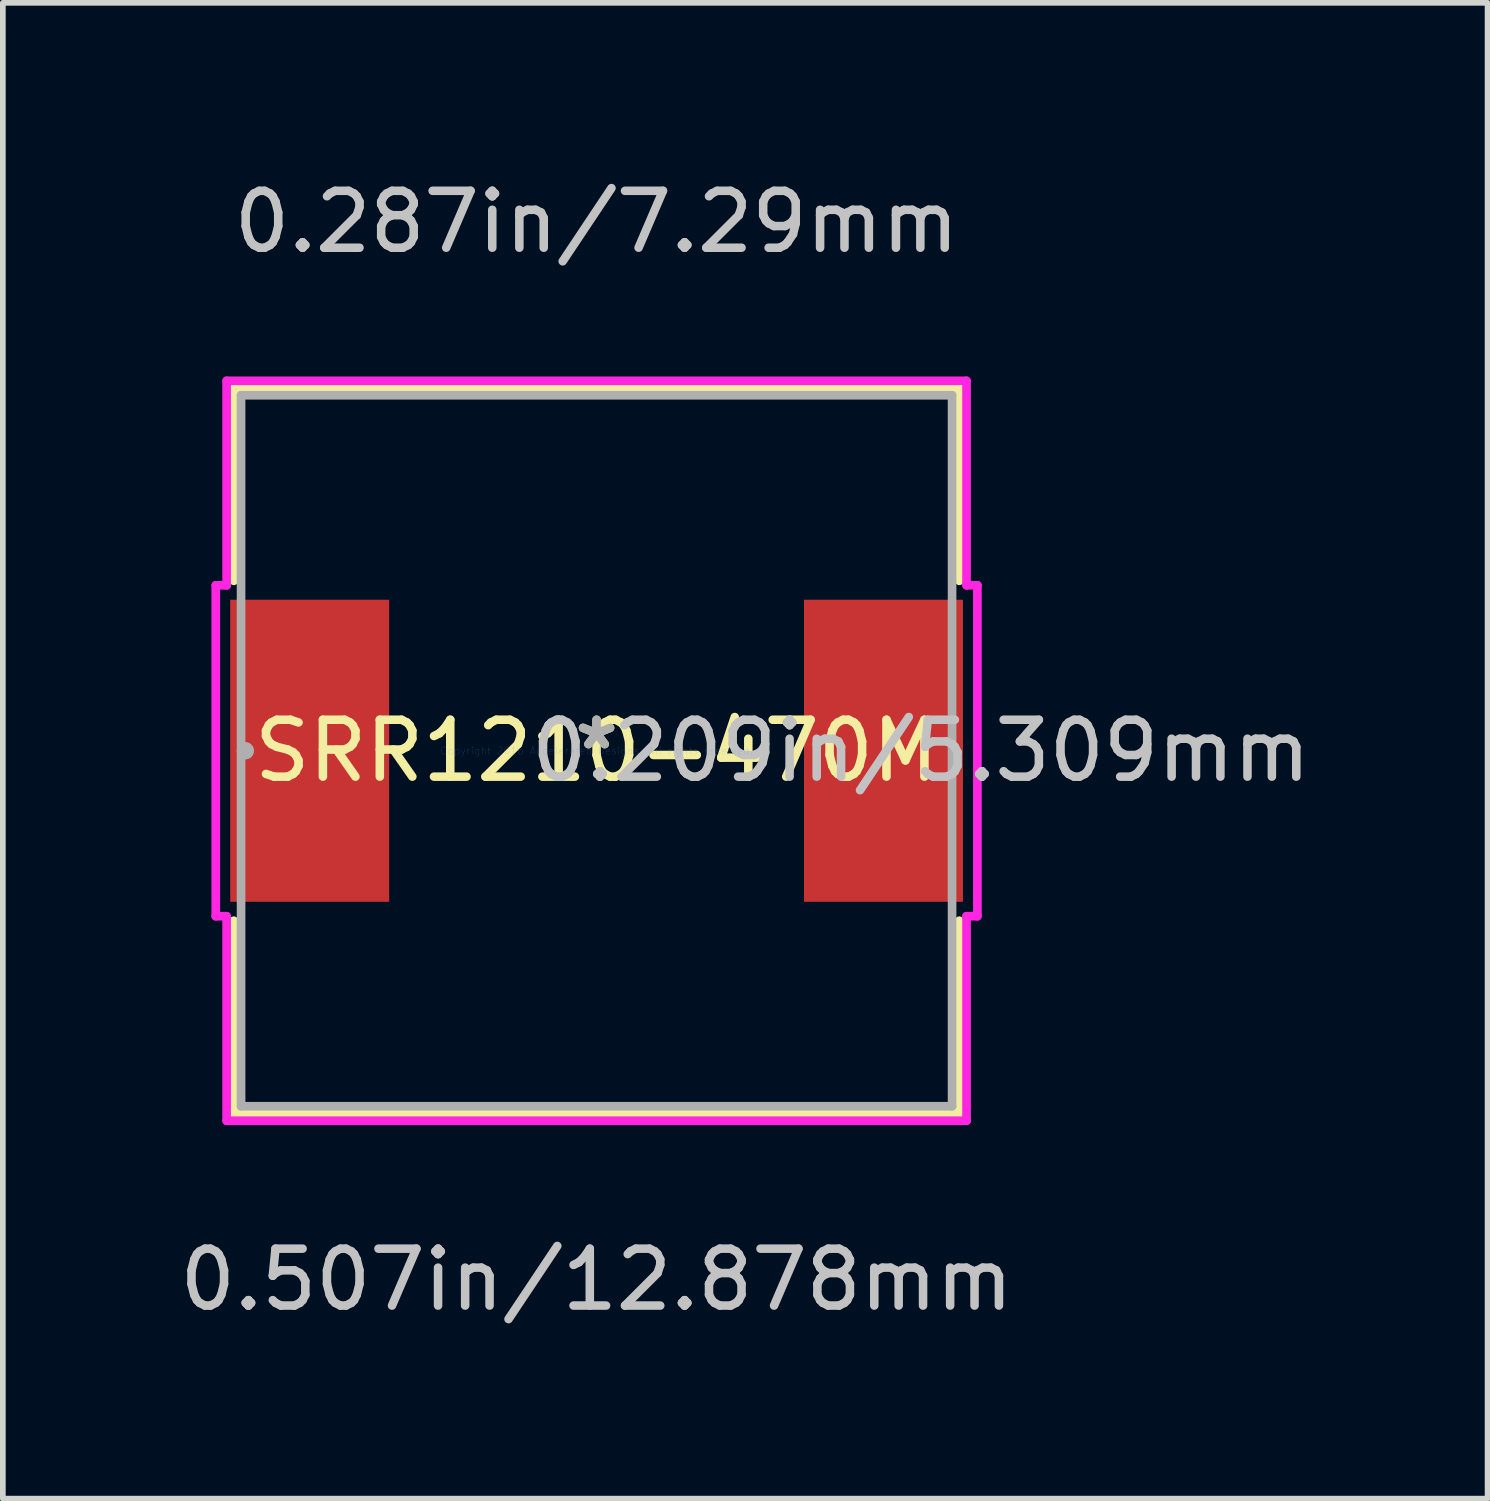
<source format=kicad_pcb>
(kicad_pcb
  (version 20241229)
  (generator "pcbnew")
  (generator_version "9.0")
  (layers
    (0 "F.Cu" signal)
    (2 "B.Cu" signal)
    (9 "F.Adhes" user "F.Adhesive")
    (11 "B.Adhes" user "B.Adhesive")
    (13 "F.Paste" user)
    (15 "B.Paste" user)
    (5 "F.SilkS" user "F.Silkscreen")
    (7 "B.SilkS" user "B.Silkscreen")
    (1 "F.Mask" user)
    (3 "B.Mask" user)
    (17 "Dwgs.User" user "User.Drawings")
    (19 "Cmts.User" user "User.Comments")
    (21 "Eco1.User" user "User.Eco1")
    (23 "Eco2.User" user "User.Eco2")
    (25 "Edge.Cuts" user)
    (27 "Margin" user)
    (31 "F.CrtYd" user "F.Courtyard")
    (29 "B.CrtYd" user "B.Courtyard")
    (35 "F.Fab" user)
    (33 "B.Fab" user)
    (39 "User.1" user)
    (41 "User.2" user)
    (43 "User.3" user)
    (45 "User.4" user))
  (footprint "SRR1210-470M"
    (layer "F.Cu")
    (at 7.435 10.145)
    (property "Reference" "SRR1210-470M" (at 0 0 0) (layer "F.SilkS") (effects (font (size 1 1) (thickness 0.15))))
    (attr through_hole)
    (fp_line (start -6.375 -6.375) (end -6.375 -2.987) (stroke (width 0.152) (type solid)) (layer "F.SilkS"))
    (fp_line (start -6.375 2.987) (end -6.375 6.375) (stroke (width 0.152) (type solid)) (layer "F.SilkS"))
    (fp_line (start -6.375 6.375) (end 6.375 6.375) (stroke (width 0.152) (type solid)) (layer "F.SilkS"))
    (fp_line (start 6.375 -6.375) (end -6.375 -6.375) (stroke (width 0.152) (type solid)) (layer "F.SilkS"))
    (fp_line (start 6.375 -2.987) (end 6.375 -6.375) (stroke (width 0.152) (type solid)) (layer "F.SilkS"))
    (fp_line (start 6.375 6.375) (end 6.375 2.987) (stroke (width 0.152) (type solid)) (layer "F.SilkS"))
    (fp_line (start -6.693 -2.908) (end -6.502 -2.908) (stroke (width 0.152) (type solid)) (layer "F.CrtYd"))
    (fp_line (start -6.693 2.908) (end -6.693 -2.908) (stroke (width 0.152) (type solid)) (layer "F.CrtYd"))
    (fp_line (start -6.502 -6.502) (end 6.502 -6.502) (stroke (width 0.152) (type solid)) (layer "F.CrtYd"))
    (fp_line (start -6.502 -2.908) (end -6.502 -6.502) (stroke (width 0.152) (type solid)) (layer "F.CrtYd"))
    (fp_line (start -6.502 2.908) (end -6.693 2.908) (stroke (width 0.152) (type solid)) (layer "F.CrtYd"))
    (fp_line (start -6.502 6.502) (end -6.502 2.908) (stroke (width 0.152) (type solid)) (layer "F.CrtYd"))
    (fp_line (start 6.502 -6.502) (end 6.502 -2.908) (stroke (width 0.152) (type solid)) (layer "F.CrtYd"))
    (fp_line (start 6.502 -2.908) (end 6.693 -2.908) (stroke (width 0.152) (type solid)) (layer "F.CrtYd"))
    (fp_line (start 6.502 2.908) (end 6.502 6.502) (stroke (width 0.152) (type solid)) (layer "F.CrtYd"))
    (fp_line (start 6.502 6.502) (end -6.502 6.502) (stroke (width 0.152) (type solid)) (layer "F.CrtYd"))
    (fp_line (start 6.693 -2.908) (end 6.693 2.908) (stroke (width 0.152) (type solid)) (layer "F.CrtYd"))
    (fp_line (start 6.693 2.908) (end 6.502 2.908) (stroke (width 0.152) (type solid)) (layer "F.CrtYd"))
    (fp_line (start -6.248 -6.248) (end -6.248 6.248) (stroke (width 0.152) (type solid)) (layer "F.Fab"))
    (fp_line (start -6.248 6.248) (end 6.248 6.248) (stroke (width 0.152) (type solid)) (layer "F.Fab"))
    (fp_line (start 6.248 -6.248) (end -6.248 -6.248) (stroke (width 0.152) (type solid)) (layer "F.Fab"))
    (fp_line (start 6.248 6.248) (end 6.248 -6.248) (stroke (width 0.152) (type solid)) (layer "F.Fab"))
    (fp_circle (center -6.172 0) (end -6.172 0) (stroke (width 0.152) (type solid)) (fill no) (layer "F.Fab"))
    (fp_text user "*" (at 0 0 0) (layer "F.SilkS") (effects (font (size 1 1) (thickness 0.15))))
    (fp_text user "0.507in/12.878mm" (at 0 9.296 0) (layer "Dwgs.User") (effects (font (size 1 1) (thickness 0.15))))
    (fp_text user "0.287in/7.29mm" (at 0 -9.296 0) (layer "Dwgs.User") (effects (font (size 1 1) (thickness 0.15))))
    (fp_text user "0.209in/5.309mm" (at 5.702 0 0) (layer "Dwgs.User") (effects (font (size 1 1) (thickness 0.15))))
    (fp_text user "Copyright 2016 Accelerated Designs. All rights reserved." (at 0 0 0) (layer "Cmts.User") (effects (font (size 0.127 0.127) (thickness 0.002))))
    (fp_text user "*" (at 0 0 0) (layer "F.Fab") (effects (font (size 1 1) (thickness 0.15))))
    (pad "1" smd rect (at -5.042 0) (size 2.794 5.309) (layers "F.Cu" "F.Mask" "F.Paste"))
    (pad "2" smd rect (at 5.042 0) (size 2.794 5.309) (layers "F.Cu" "F.Mask" "F.Paste")))
  (gr_rect
    (start -3 -3)
    (end 23.095 23.289)
    (stroke (width 0.1) (type default))
    (fill no)
    (layer "Edge.Cuts")))
</source>
